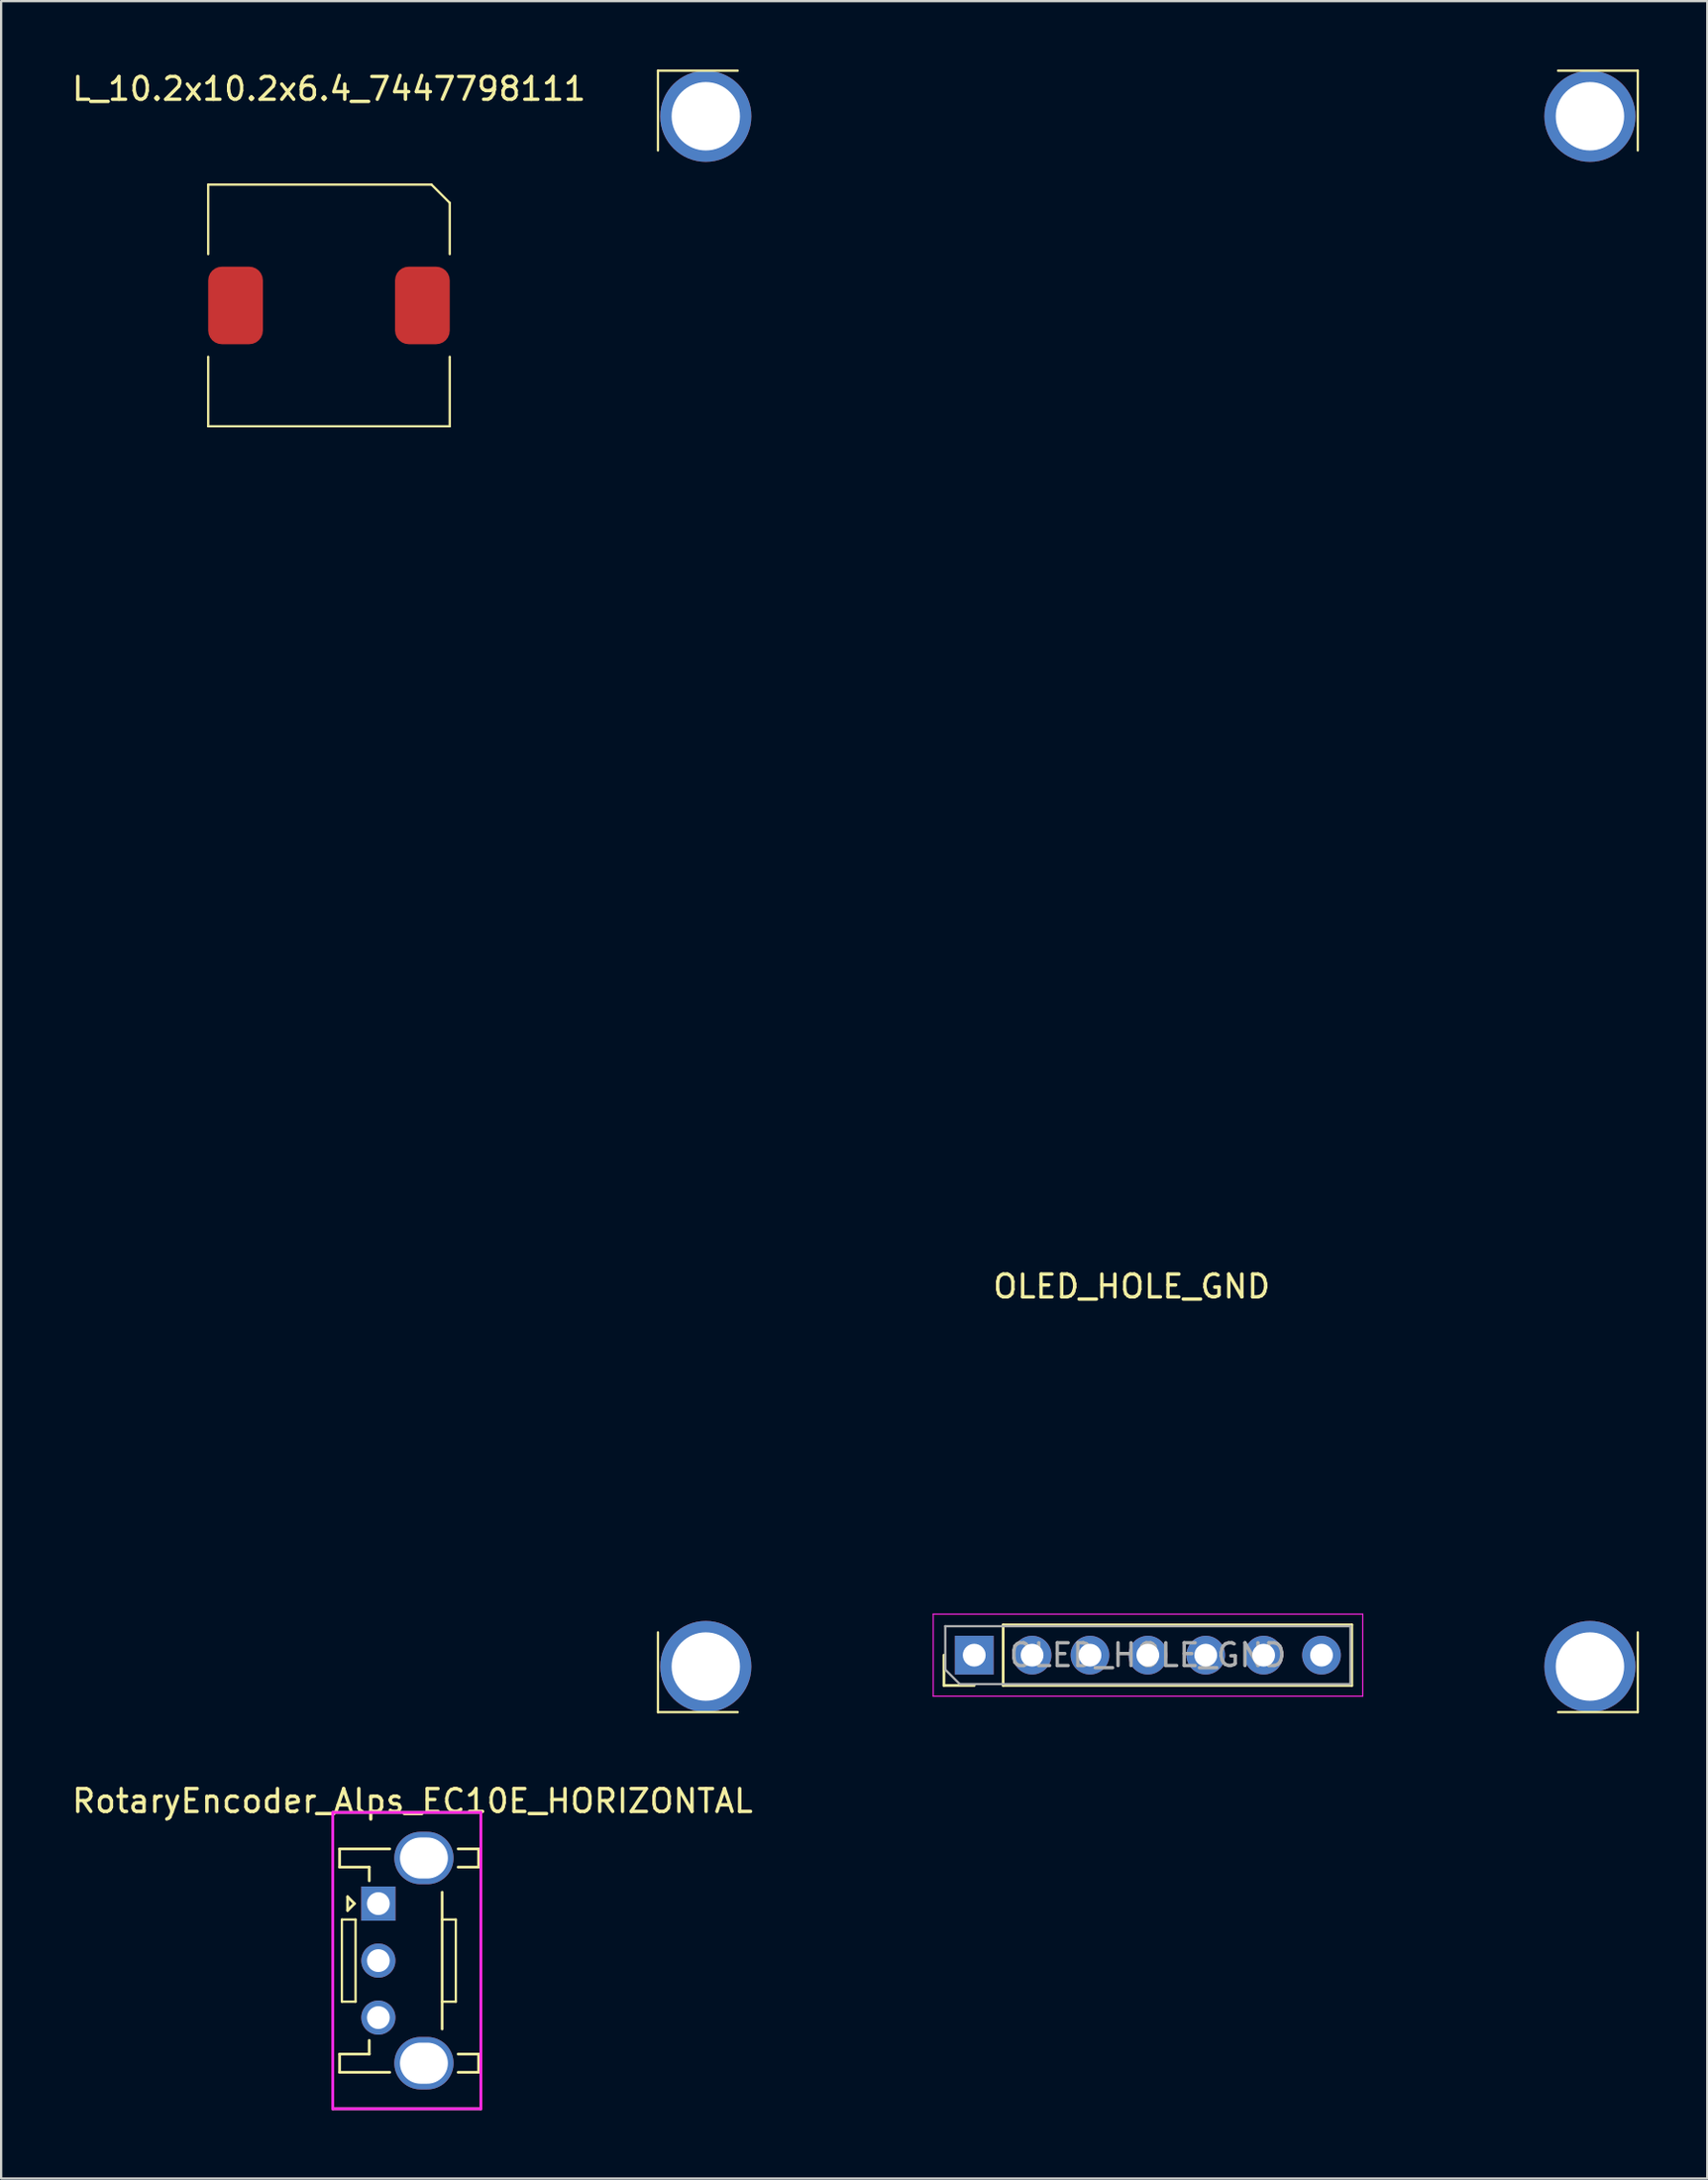
<source format=kicad_pcb>
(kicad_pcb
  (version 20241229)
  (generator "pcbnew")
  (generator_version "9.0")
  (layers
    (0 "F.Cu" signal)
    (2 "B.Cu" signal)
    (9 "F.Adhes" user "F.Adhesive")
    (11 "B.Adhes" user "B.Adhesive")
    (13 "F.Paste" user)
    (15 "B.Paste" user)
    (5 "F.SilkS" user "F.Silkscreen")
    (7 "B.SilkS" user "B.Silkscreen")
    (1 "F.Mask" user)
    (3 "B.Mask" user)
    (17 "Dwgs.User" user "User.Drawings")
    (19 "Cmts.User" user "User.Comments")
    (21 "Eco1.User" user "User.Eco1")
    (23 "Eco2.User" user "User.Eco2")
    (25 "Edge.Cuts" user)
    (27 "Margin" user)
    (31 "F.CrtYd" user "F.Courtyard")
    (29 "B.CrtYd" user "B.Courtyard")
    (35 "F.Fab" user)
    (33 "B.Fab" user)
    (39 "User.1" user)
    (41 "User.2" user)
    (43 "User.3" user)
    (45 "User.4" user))
  (footprint "OLED_HOLE_GND"
    (layer "F.Cu")
    (at 47.324 69.55)
    (property "Reference" "OLED_HOLE_GND" (at -0.71 -16.17 0) (layer "F.SilkS") (effects (font (size 1 1) (thickness 0.15))))
    (attr through_hole)
    (fp_line (start -21.5 -66) (end -21.5 -69.5) (stroke (width 0.1) (type solid)) (layer "F.SilkS"))
    (fp_line (start -21.5 -1) (end -21.5 2.5) (stroke (width 0.1) (type solid)) (layer "F.SilkS"))
    (fp_line (start -18 -69.5) (end -21.5 -69.5) (stroke (width 0.1) (type solid)) (layer "F.SilkS"))
    (fp_line (start -18 2.5) (end -21.5 2.5) (stroke (width 0.1) (type solid)) (layer "F.SilkS"))
    (fp_line (start -8.95 1.33) (end -8.95 0) (stroke (width 0.12) (type solid)) (layer "F.SilkS"))
    (fp_line (start -7.62 1.33) (end -8.95 1.33) (stroke (width 0.12) (type solid)) (layer "F.SilkS"))
    (fp_line (start -6.35 -1.33) (end 8.95 -1.33) (stroke (width 0.12) (type solid)) (layer "F.SilkS"))
    (fp_line (start -6.35 1.33) (end -6.35 -1.33) (stroke (width 0.12) (type solid)) (layer "F.SilkS"))
    (fp_line (start -6.35 1.33) (end 8.95 1.33) (stroke (width 0.12) (type solid)) (layer "F.SilkS"))
    (fp_line (start 8.95 1.33) (end 8.95 -1.33) (stroke (width 0.12) (type solid)) (layer "F.SilkS"))
    (fp_line (start 18 -69.5) (end 21.5 -69.5) (stroke (width 0.1) (type solid)) (layer "F.SilkS"))
    (fp_line (start 18 2.5) (end 21.5 2.5) (stroke (width 0.1) (type solid)) (layer "F.SilkS"))
    (fp_line (start 21.5 -66) (end 21.5 -69.5) (stroke (width 0.1) (type solid)) (layer "F.SilkS"))
    (fp_line (start 21.5 -1) (end 21.5 2.5) (stroke (width 0.1) (type solid)) (layer "F.SilkS"))
    (fp_line (start -9.42 -1.8) (end -9.42 1.8) (stroke (width 0.05) (type solid)) (layer "F.CrtYd"))
    (fp_line (start -9.42 1.8) (end 9.43 1.8) (stroke (width 0.05) (type solid)) (layer "F.CrtYd"))
    (fp_line (start 9.43 -1.8) (end -9.42 -1.8) (stroke (width 0.05) (type solid)) (layer "F.CrtYd"))
    (fp_line (start 9.43 1.8) (end 9.43 -1.8) (stroke (width 0.05) (type solid)) (layer "F.CrtYd"))
    (fp_line (start -8.89 -1.27) (end 8.89 -1.27) (stroke (width 0.1) (type solid)) (layer "F.Fab"))
    (fp_line (start -8.89 0.635) (end -8.89 -1.27) (stroke (width 0.1) (type solid)) (layer "F.Fab"))
    (fp_line (start -8.255 1.27) (end -8.89 0.635) (stroke (width 0.1) (type solid)) (layer "F.Fab"))
    (fp_line (start 8.89 -1.27) (end 8.89 1.27) (stroke (width 0.1) (type solid)) (layer "F.Fab"))
    (fp_line (start 8.89 1.27) (end -8.255 1.27) (stroke (width 0.1) (type solid)) (layer "F.Fab"))
    (fp_text user "${REFERENCE}" (at 0 0 180) (layer "F.Fab") (effects (font (size 1 1) (thickness 0.15))))
    (pad "1" thru_hole rect (at -7.62 0 90) (size 1.7 1.7) (drill 1) (layers "*.Cu" "*.Mask"))
    (pad "2" thru_hole oval (at -5.08 0 90) (size 1.7 1.7) (drill 1) (layers "*.Cu" "*.Mask"))
    (pad "3" thru_hole oval (at -2.54 0 90) (size 1.7 1.7) (drill 1) (layers "*.Cu" "*.Mask"))
    (pad "4" thru_hole oval (at 0 0 90) (size 1.7 1.7) (drill 1) (layers "*.Cu" "*.Mask"))
    (pad "5" thru_hole oval (at 2.54 0 90) (size 1.7 1.7) (drill 1) (layers "*.Cu" "*.Mask"))
    (pad "6" thru_hole oval (at 5.08 0 90) (size 1.7 1.7) (drill 1) (layers "*.Cu" "*.Mask"))
    (pad "7" thru_hole circle (at -19.4 -67.5) (size 4 4) (drill 3) (layers "*.Cu" "*.Mask"))
    (pad "7" thru_hole circle (at -19.4 0.5) (size 4 4) (drill 3) (layers "*.Cu" "*.Mask"))
    (pad "7" thru_hole oval (at 7.62 0 90) (size 1.7 1.7) (drill 1) (layers "*.Cu" "*.Mask"))
    (pad "7" thru_hole circle (at 19.4 -67.5) (size 4 4) (drill 3) (layers "*.Cu" "*.Mask"))
    (pad "7" thru_hole circle (at 19.4 0.5) (size 4 4) (drill 3) (layers "*.Cu" "*.Mask")))
  (footprint "RotaryEncoder_Alps_EC10E_HORIZONTAL"
    (layer "F.Cu")
    (at 13.554 82.948)
    (property "Reference" "RotaryEncoder_Alps_EC10E_HORIZONTAL" (at 1.5 -7 0) (layer "F.SilkS") (effects (font (size 1 1) (thickness 0.15))))
    (attr through_hole)
    (fp_line (start -1.7 -4.9) (end -1.7 -4.1) (stroke (width 0.12) (type solid)) (layer "F.SilkS"))
    (fp_line (start -1.7 4.9) (end -1.7 4.1) (stroke (width 0.12) (type solid)) (layer "F.SilkS"))
    (fp_line (start -1.6 -1.8) (end -1.6 1.8) (stroke (width 0.1) (type solid)) (layer "F.SilkS"))
    (fp_line (start -1.35 -2.8) (end -1.05 -2.5) (stroke (width 0.12) (type solid)) (layer "F.SilkS"))
    (fp_line (start -1.35 -2.2) (end -1.35 -2.8) (stroke (width 0.12) (type solid)) (layer "F.SilkS"))
    (fp_line (start -1.05 -2.5) (end -1.35 -2.2) (stroke (width 0.12) (type solid)) (layer "F.SilkS"))
    (fp_line (start -1 -1.8) (end -1.6 -1.8) (stroke (width 0.1) (type solid)) (layer "F.SilkS"))
    (fp_line (start -1 1.8) (end -1.6 1.8) (stroke (width 0.1) (type solid)) (layer "F.SilkS"))
    (fp_line (start -1 1.8) (end -1 -1.8) (stroke (width 0.1) (type solid)) (layer "F.SilkS"))
    (fp_line (start -0.4 -4.1) (end -1.7 -4.1) (stroke (width 0.12) (type solid)) (layer "F.SilkS"))
    (fp_line (start -0.4 -3.5) (end -0.4 -4.1) (stroke (width 0.12) (type solid)) (layer "F.SilkS"))
    (fp_line (start -0.4 3.5) (end -0.4 4.1) (stroke (width 0.12) (type solid)) (layer "F.SilkS"))
    (fp_line (start -0.4 4.1) (end -1.7 4.1) (stroke (width 0.12) (type solid)) (layer "F.SilkS"))
    (fp_line (start 0.5 -4.9) (end -1.7 -4.9) (stroke (width 0.12) (type solid)) (layer "F.SilkS"))
    (fp_line (start 0.5 4.9) (end -1.7 4.9) (stroke (width 0.12) (type solid)) (layer "F.SilkS"))
    (fp_line (start 2.8 -1.8) (end 3.4 -1.8) (stroke (width 0.1) (type solid)) (layer "F.SilkS"))
    (fp_line (start 2.8 1.8) (end 3.4 1.8) (stroke (width 0.1) (type solid)) (layer "F.SilkS"))
    (fp_line (start 2.8 3) (end 2.8 -3) (stroke (width 0.12) (type solid)) (layer "F.SilkS"))
    (fp_line (start 3.4 -1.8) (end 3.4 1.8) (stroke (width 0.1) (type solid)) (layer "F.SilkS"))
    (fp_line (start 4.4 -4.9) (end 3.5 -4.9) (stroke (width 0.12) (type solid)) (layer "F.SilkS"))
    (fp_line (start 4.4 -4.9) (end 4.4 -4.1) (stroke (width 0.12) (type solid)) (layer "F.SilkS"))
    (fp_line (start 4.4 -4.1) (end 3.5 -4.1) (stroke (width 0.12) (type solid)) (layer "F.SilkS"))
    (fp_line (start 4.4 4.1) (end 3.5 4.1) (stroke (width 0.12) (type solid)) (layer "F.SilkS"))
    (fp_line (start 4.4 4.9) (end 3.5 4.9) (stroke (width 0.12) (type solid)) (layer "F.SilkS"))
    (fp_line (start 4.4 4.9) (end 4.4 4.1) (stroke (width 0.12) (type solid)) (layer "F.SilkS"))
    (fp_line (start -2 -6.5) (end 4.5 -6.5) (stroke (width 0.12) (type solid)) (layer "F.CrtYd"))
    (fp_line (start -2 6.5) (end -2 -6.5) (stroke (width 0.12) (type solid)) (layer "F.CrtYd"))
    (fp_line (start 4.5 -6.5) (end 4.5 6.5) (stroke (width 0.12) (type solid)) (layer "F.CrtYd"))
    (fp_line (start 4.5 6.5) (end -2 6.5) (stroke (width 0.12) (type solid)) (layer "F.CrtYd"))
    (fp_line (start -2 -6.5) (end 4.5 -6.5) (stroke (width 0.12) (type solid)) (layer "F.Fab"))
    (fp_line (start -2 6.5) (end -2 -6.5) (stroke (width 0.12) (type solid)) (layer "F.Fab"))
    (fp_line (start 4.5 -6.5) (end 4.5 6.5) (stroke (width 0.12) (type solid)) (layer "F.Fab"))
    (fp_line (start 4.5 6.5) (end -2 6.5) (stroke (width 0.12) (type solid)) (layer "F.Fab"))
    (pad "A" thru_hole rect (at 0 -2.5) (size 1.5 1.5) (drill 1) (layers "*.Cu" "*.Mask"))
    (pad "B" thru_hole circle (at 0 2.5) (size 1.5 1.5) (drill 1) (layers "*.Cu" "*.Mask"))
    (pad "C" thru_hole circle (at 0 0) (size 1.5 1.5) (drill 1) (layers "*.Cu" "*.Mask"))
    (pad "MP" thru_hole oval (at 2 -4.5) (size 2.6 2.3) (drill oval 2.1 1.8) (layers "*.Cu" "*.Mask"))
    (pad "MP" thru_hole oval (at 2 4.5) (size 2.6 2.3) (drill oval 2.1 1.8) (layers "*.Cu" "*.Mask")))
  (footprint "L_10.2x10.2x6.4_7447798111"
    (layer "F.Cu")
    (at 11.387 10.348)
    (property "Reference" "L_10.2x10.2x6.4_7447798111" (at 0 -9.5 0) (layer "F.SilkS") (effects (font (size 1 1) (thickness 0.15))))
    (attr through_hole)
    (fp_line (start -5.3 -5.3) (end -5.3 -2.25) (stroke (width 0.1) (type solid)) (layer "F.SilkS"))
    (fp_line (start -5.3 -5.3) (end 4.5 -5.3) (stroke (width 0.1) (type solid)) (layer "F.SilkS"))
    (fp_line (start -5.3 2.25) (end -5.3 5.3) (stroke (width 0.1) (type solid)) (layer "F.SilkS"))
    (fp_line (start -5.3 5.3) (end 5.3 5.3) (stroke (width 0.1) (type solid)) (layer "F.SilkS"))
    (fp_line (start 4.5 -5.3) (end 5.3 -4.5) (stroke (width 0.1) (type solid)) (layer "F.SilkS"))
    (fp_line (start 5.3 -4.5) (end 5.3 -2.25) (stroke (width 0.1) (type solid)) (layer "F.SilkS"))
    (fp_line (start 5.3 2.25) (end 5.3 5.3) (stroke (width 0.1) (type solid)) (layer "F.SilkS"))
    (pad "1" smd roundrect (at -4.1 0) (size 2.4 3.4) (layers "F.Cu" "F.Mask" "F.Paste") (roundrect_rratio 0.25))
    (pad "2" smd roundrect (at 4.1 0) (size 2.4 3.4) (layers "F.Cu" "F.Mask" "F.Paste") (roundrect_rratio 0.25)))
  (gr_rect
    (start -3 -3)
    (end 71.874 92.508)
    (stroke (width 0.1) (type default))
    (fill no)
    (layer "Edge.Cuts")))
</source>
